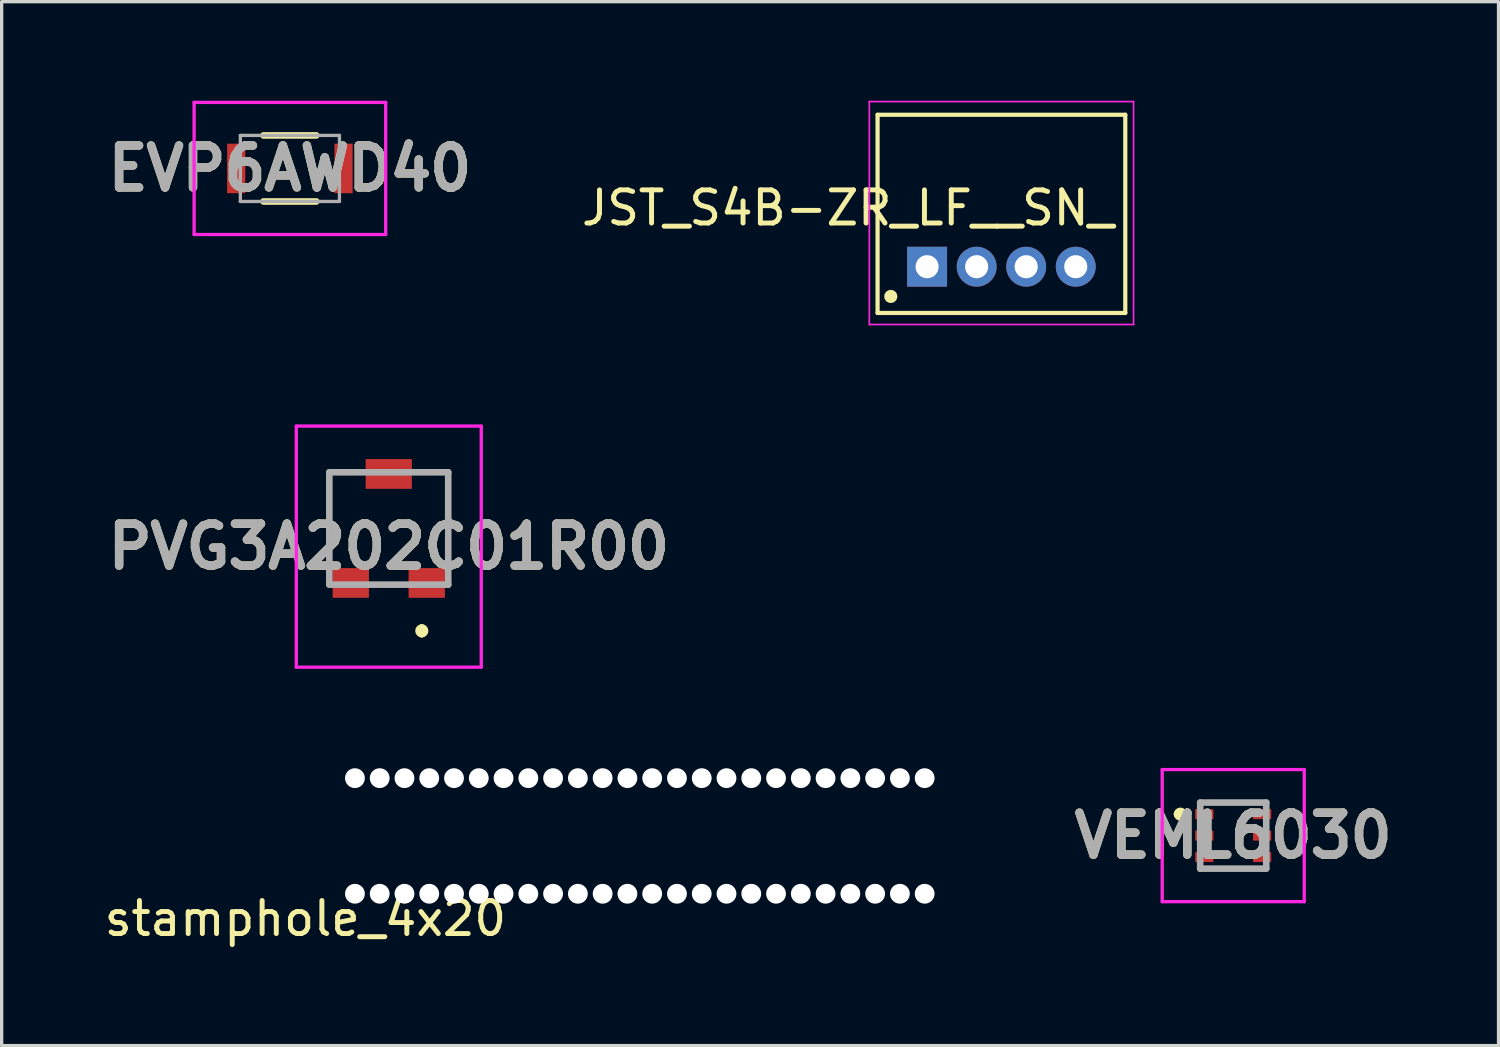
<source format=kicad_pcb>
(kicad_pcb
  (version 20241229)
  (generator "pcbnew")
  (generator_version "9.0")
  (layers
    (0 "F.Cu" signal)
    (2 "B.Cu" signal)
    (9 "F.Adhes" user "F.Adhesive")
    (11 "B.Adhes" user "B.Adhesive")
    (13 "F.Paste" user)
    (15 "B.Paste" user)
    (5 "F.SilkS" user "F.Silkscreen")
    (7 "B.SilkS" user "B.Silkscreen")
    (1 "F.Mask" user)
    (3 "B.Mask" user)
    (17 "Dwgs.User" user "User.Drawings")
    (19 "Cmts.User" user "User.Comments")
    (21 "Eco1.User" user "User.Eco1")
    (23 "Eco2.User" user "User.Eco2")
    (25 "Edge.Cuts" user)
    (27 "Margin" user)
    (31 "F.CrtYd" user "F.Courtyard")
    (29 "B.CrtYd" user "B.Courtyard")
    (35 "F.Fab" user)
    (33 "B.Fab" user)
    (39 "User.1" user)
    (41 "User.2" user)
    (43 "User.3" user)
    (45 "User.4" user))
  (footprint "EVP6AWD40"
    (layer "F.Cu")
    (at 5.727 2.05)
    (property "Reference" "EVP6AWD40" (at 0 0 0) (layer "F.SilkS") (effects (font (size 1.27 1.27) (thickness 0.254))))
    (attr smd)
    (fp_line (start -2.5 0) (end -2.5 0) (stroke (width 0.1) (type solid)) (layer "F.SilkS"))
    (fp_line (start -2.4 0) (end -2.4 0) (stroke (width 0.1) (type solid)) (layer "F.SilkS"))
    (fp_line (start -0.8 -1) (end 0.8 -1) (stroke (width 0.2) (type solid)) (layer "F.SilkS"))
    (fp_line (start -0.8 1) (end 0.8 1) (stroke (width 0.2) (type solid)) (layer "F.SilkS"))
    (fp_arc (start -2.5 0) (mid -2.45 -0.05) (end -2.4 0) (stroke (width 0.1) (type solid)) (layer "F.SilkS"))
    (fp_arc (start -2.4 0) (mid -2.45 0.05) (end -2.5 0) (stroke (width 0.1) (type solid)) (layer "F.SilkS"))
    (fp_line (start -2.9 -2) (end 2.9 -2) (stroke (width 0.1) (type solid)) (layer "F.CrtYd"))
    (fp_line (start -2.9 2) (end -2.9 -2) (stroke (width 0.1) (type solid)) (layer "F.CrtYd"))
    (fp_line (start 2.9 -2) (end 2.9 2) (stroke (width 0.1) (type solid)) (layer "F.CrtYd"))
    (fp_line (start 2.9 2) (end -2.9 2) (stroke (width 0.1) (type solid)) (layer "F.CrtYd"))
    (fp_line (start -1.5 -1) (end -1.5 1) (stroke (width 0.1) (type solid)) (layer "F.Fab"))
    (fp_line (start -1.5 1) (end 1.5 1) (stroke (width 0.1) (type solid)) (layer "F.Fab"))
    (fp_line (start 1.5 -1) (end -1.5 -1) (stroke (width 0.1) (type solid)) (layer "F.Fab"))
    (fp_line (start 1.5 1) (end 1.5 -1) (stroke (width 0.1) (type solid)) (layer "F.Fab"))
    (fp_text user "${REFERENCE}" (at 0 0 0) (layer "F.Fab") (effects (font (size 1.27 1.27) (thickness 0.254))))
    (pad "1" smd rect (at -1.625 0) (size 0.55 1.5) (layers "F.Cu" "F.Mask" "F.Paste"))
    (pad "2" smd rect (at 1.625 0) (size 0.55 1.5) (layers "F.Cu" "F.Mask" "F.Paste")))
  (footprint "PVG3A202C01R00"
    (layer "F.Cu")
    (at 8.721 12.95)
    (property "Reference" "PVG3A202C01R00" (at 0 0.55 0) (layer "F.SilkS") (effects (font (size 1.27 1.27) (thickness 0.254))))
    (attr smd)
    (fp_line (start -1.8 -1.7) (end -1.8 1) (stroke (width 0.1) (type solid)) (layer "F.SilkS"))
    (fp_line (start 1 3) (end 1 3) (stroke (width 0.2) (type solid)) (layer "F.SilkS"))
    (fp_line (start 1 3.2) (end 1 3.2) (stroke (width 0.2) (type solid)) (layer "F.SilkS"))
    (fp_line (start 1.8 -1.65) (end 1.8 1) (stroke (width 0.1) (type solid)) (layer "F.SilkS"))
    (fp_arc (start 1 3) (mid 1.1 3.1) (end 1 3.2) (stroke (width 0.2) (type solid)) (layer "F.SilkS"))
    (fp_arc (start 1 3.2) (mid 0.9 3.1) (end 1 3) (stroke (width 0.2) (type solid)) (layer "F.SilkS"))
    (fp_line (start -2.8 -3.1) (end 2.8 -3.1) (stroke (width 0.1) (type solid)) (layer "F.CrtYd"))
    (fp_line (start -2.8 4.2) (end -2.8 -3.1) (stroke (width 0.1) (type solid)) (layer "F.CrtYd"))
    (fp_line (start 2.8 -3.1) (end 2.8 4.2) (stroke (width 0.1) (type solid)) (layer "F.CrtYd"))
    (fp_line (start 2.8 4.2) (end -2.8 4.2) (stroke (width 0.1) (type solid)) (layer "F.CrtYd"))
    (fp_line (start -1.8 -1.7) (end 1.8 -1.7) (stroke (width 0.2) (type solid)) (layer "F.Fab"))
    (fp_line (start -1.8 1.7) (end -1.8 -1.7) (stroke (width 0.2) (type solid)) (layer "F.Fab"))
    (fp_line (start 1.8 -1.7) (end 1.8 1.7) (stroke (width 0.2) (type solid)) (layer "F.Fab"))
    (fp_line (start 1.8 1.7) (end -1.8 1.7) (stroke (width 0.2) (type solid)) (layer "F.Fab"))
    (fp_text user "${REFERENCE}" (at 0 0.55 0) (layer "F.Fab") (effects (font (size 1.27 1.27) (thickness 0.254))))
    (pad "1" smd rect (at 1.15 1.65 90) (size 0.9 1.1) (layers "F.Cu" "F.Mask" "F.Paste"))
    (pad "2" smd rect (at 0 -1.65 90) (size 0.9 1.4) (layers "F.Cu" "F.Mask" "F.Paste"))
    (pad "3" smd rect (at -1.15 1.65 90) (size 0.9 1.1) (layers "F.Cu" "F.Mask" "F.Paste")))
  (footprint "VEML6030"
    (layer "F.Cu")
    (at 34.288 22.25)
    (property "Reference" "VEML6030" (at 0 0 0) (layer "F.SilkS") (effects (font (size 1.27 1.27) (thickness 0.254))))
    (attr smd)
    (fp_line (start -1.7 -0.65) (end -1.7 -0.65) (stroke (width 0.2) (type solid)) (layer "F.SilkS"))
    (fp_line (start -1.5 -0.65) (end -1.5 -0.65) (stroke (width 0.2) (type solid)) (layer "F.SilkS"))
    (fp_line (start -1 -1) (end 1 -1) (stroke (width 0.1) (type solid)) (layer "F.SilkS"))
    (fp_line (start -1 1) (end 1 1) (stroke (width 0.1) (type solid)) (layer "F.SilkS"))
    (fp_arc (start -1.7 -0.65) (mid -1.6 -0.75) (end -1.5 -0.65) (stroke (width 0.2) (type solid)) (layer "F.SilkS"))
    (fp_arc (start -1.5 -0.65) (mid -1.6 -0.55) (end -1.7 -0.65) (stroke (width 0.2) (type solid)) (layer "F.SilkS"))
    (fp_line (start -2.15 -2) (end 2.15 -2) (stroke (width 0.1) (type solid)) (layer "F.CrtYd"))
    (fp_line (start -2.15 2) (end -2.15 -2) (stroke (width 0.1) (type solid)) (layer "F.CrtYd"))
    (fp_line (start 2.15 -2) (end 2.15 2) (stroke (width 0.1) (type solid)) (layer "F.CrtYd"))
    (fp_line (start 2.15 2) (end -2.15 2) (stroke (width 0.1) (type solid)) (layer "F.CrtYd"))
    (fp_line (start -1 -1) (end 1 -1) (stroke (width 0.2) (type solid)) (layer "F.Fab"))
    (fp_line (start -1 1) (end -1 -1) (stroke (width 0.2) (type solid)) (layer "F.Fab"))
    (fp_line (start 1 -1) (end 1 1) (stroke (width 0.2) (type solid)) (layer "F.Fab"))
    (fp_line (start 1 1) (end -1 1) (stroke (width 0.2) (type solid)) (layer "F.Fab"))
    (fp_text user "${REFERENCE}" (at 0 0 0) (layer "F.Fab") (effects (font (size 1.27 1.27) (thickness 0.254))))
    (pad "1" smd rect (at -0.875 -0.65 90) (size 0.3 0.55) (layers "F.Cu" "F.Mask" "F.Paste"))
    (pad "2" smd rect (at -0.875 0 90) (size 0.3 0.55) (layers "F.Cu" "F.Mask" "F.Paste"))
    (pad "3" smd rect (at -0.875 0.65 90) (size 0.3 0.55) (layers "F.Cu" "F.Mask" "F.Paste"))
    (pad "4" smd rect (at 0.875 0.65 90) (size 0.3 0.55) (layers "F.Cu" "F.Mask" "F.Paste"))
    (pad "5" smd rect (at 0.875 0 90) (size 0.3 0.55) (layers "F.Cu" "F.Mask" "F.Paste"))
    (pad "6" smd rect (at 0.875 -0.65 90) (size 0.3 0.55) (layers "F.Cu" "F.Mask" "F.Paste")))
  (footprint "JST_S4B-ZR_LF__SN_"
    (layer "F.Cu")
    (at 27.27 5.025)
    (property "Reference" "JST_S4B-ZR_LF__SN_" (at -4.647 -1.779 180) (layer "F.SilkS") (effects (font (size 1.003 1.003) (thickness 0.15))))
    (attr through_hole)
    (fp_line (start -3.75 -4.6) (end 3.75 -4.6) (stroke (width 0.127) (type solid)) (layer "F.SilkS"))
    (fp_line (start -3.75 1.4) (end -3.75 -4.6) (stroke (width 0.127) (type solid)) (layer "F.SilkS"))
    (fp_line (start 3.75 -4.6) (end 3.75 1.4) (stroke (width 0.127) (type solid)) (layer "F.SilkS"))
    (fp_line (start 3.75 1.4) (end -3.75 1.4) (stroke (width 0.127) (type solid)) (layer "F.SilkS"))
    (fp_circle (center -3.35 0.9) (end -3.25 0.9) (stroke (width 0.2) (type solid)) (fill no) (layer "F.SilkS"))
    (fp_line (start -4 -5) (end -4 1.75) (stroke (width 0.05) (type solid)) (layer "F.CrtYd"))
    (fp_line (start -4 1.75) (end 4 1.75) (stroke (width 0.05) (type solid)) (layer "F.CrtYd"))
    (fp_line (start 4 -5) (end -4 -5) (stroke (width 0.05) (type solid)) (layer "F.CrtYd"))
    (fp_line (start 4 1.75) (end 4 -5) (stroke (width 0.05) (type solid)) (layer "F.CrtYd"))
    (pad "1" thru_hole rect (at -2.25 0) (size 1.208 1.208) (drill 0.7) (layers "*.Cu" "*.Mask"))
    (pad "2" thru_hole circle (at -0.75 0) (size 1.208 1.208) (drill 0.7) (layers "*.Cu" "*.Mask"))
    (pad "3" thru_hole circle (at 0.75 0) (size 1.208 1.208) (drill 0.7) (layers "*.Cu" "*.Mask"))
    (pad "4" thru_hole circle (at 2.25 0) (size 1.208 1.208) (drill 0.7) (layers "*.Cu" "*.Mask")))
  (footprint "stamphole_4x20"
    (layer "F.Cu")
    (at 6.196 24.26)
    (property "Reference" "stamphole_4x20" (at 0 0.5 0) (layer "F.SilkS") (effects (font (size 1 1) (thickness 0.15))))
    (attr through_hole)
    (fp_line (start 0 -4) (end 20 -4) (stroke (width 0.12) (type solid)) (layer "Eco1.User"))
    (fp_line (start 0 0) (end 17 0) (stroke (width 0.12) (type solid)) (layer "Eco1.User"))
    (fp_line (start 17 0) (end 20 0) (stroke (width 0.12) (type solid)) (layer "Eco1.User"))
    (fp_arc (start 0 -4) (mid 2 -2) (end 0 0) (stroke (width 0.12) (type solid)) (layer "Eco1.User"))
    (fp_arc (start 20 0) (mid 18 -2) (end 20 -4) (stroke (width 0.12) (type solid)) (layer "Eco1.User"))
    (pad "" np_thru_hole circle (at 1.5 -3.75) (size 0.6 0.6) (drill 0.6) (layers "*.Cu" "*.Mask"))
    (pad "" np_thru_hole circle (at 1.5 -0.25) (size 0.6 0.6) (drill 0.6) (layers "*.Cu" "*.Mask"))
    (pad "" np_thru_hole circle (at 2.25 -3.75) (size 0.6 0.6) (drill 0.6) (layers "*.Cu" "*.Mask"))
    (pad "" np_thru_hole circle (at 2.25 -0.25) (size 0.6 0.6) (drill 0.6) (layers "*.Cu" "*.Mask"))
    (pad "" np_thru_hole circle (at 3 -3.75) (size 0.6 0.6) (drill 0.6) (layers "*.Cu" "*.Mask"))
    (pad "" np_thru_hole circle (at 3 -0.25) (size 0.6 0.6) (drill 0.6) (layers "*.Cu" "*.Mask"))
    (pad "" np_thru_hole circle (at 3.75 -3.75) (size 0.6 0.6) (drill 0.6) (layers "*.Cu" "*.Mask"))
    (pad "" np_thru_hole circle (at 3.75 -0.25) (size 0.6 0.6) (drill 0.6) (layers "*.Cu" "*.Mask"))
    (pad "" np_thru_hole circle (at 4.5 -3.75) (size 0.6 0.6) (drill 0.6) (layers "*.Cu" "*.Mask"))
    (pad "" np_thru_hole circle (at 4.5 -0.25) (size 0.6 0.6) (drill 0.6) (layers "*.Cu" "*.Mask"))
    (pad "" np_thru_hole circle (at 5.25 -3.75) (size 0.6 0.6) (drill 0.6) (layers "*.Cu" "*.Mask"))
    (pad "" np_thru_hole circle (at 5.25 -0.25) (size 0.6 0.6) (drill 0.6) (layers "*.Cu" "*.Mask"))
    (pad "" np_thru_hole circle (at 6 -3.75) (size 0.6 0.6) (drill 0.6) (layers "*.Cu" "*.Mask"))
    (pad "" np_thru_hole circle (at 6 -0.25) (size 0.6 0.6) (drill 0.6) (layers "*.Cu" "*.Mask"))
    (pad "" np_thru_hole circle (at 6.75 -3.75) (size 0.6 0.6) (drill 0.6) (layers "*.Cu" "*.Mask"))
    (pad "" np_thru_hole circle (at 6.75 -0.25) (size 0.6 0.6) (drill 0.6) (layers "*.Cu" "*.Mask"))
    (pad "" np_thru_hole circle (at 7.5 -3.75) (size 0.6 0.6) (drill 0.6) (layers "*.Cu" "*.Mask"))
    (pad "" np_thru_hole circle (at 7.5 -0.25) (size 0.6 0.6) (drill 0.6) (layers "*.Cu" "*.Mask"))
    (pad "" np_thru_hole circle (at 8.25 -3.75) (size 0.6 0.6) (drill 0.6) (layers "*.Cu" "*.Mask"))
    (pad "" np_thru_hole circle (at 8.25 -0.25) (size 0.6 0.6) (drill 0.6) (layers "*.Cu" "*.Mask"))
    (pad "" np_thru_hole circle (at 9 -3.75) (size 0.6 0.6) (drill 0.6) (layers "*.Cu" "*.Mask"))
    (pad "" np_thru_hole circle (at 9 -0.25) (size 0.6 0.6) (drill 0.6) (layers "*.Cu" "*.Mask"))
    (pad "" np_thru_hole circle (at 9.75 -3.75) (size 0.6 0.6) (drill 0.6) (layers "*.Cu" "*.Mask"))
    (pad "" np_thru_hole circle (at 9.75 -0.25) (size 0.6 0.6) (drill 0.6) (layers "*.Cu" "*.Mask"))
    (pad "" np_thru_hole circle (at 10.5 -3.75) (size 0.6 0.6) (drill 0.6) (layers "*.Cu" "*.Mask"))
    (pad "" np_thru_hole circle (at 10.5 -0.25) (size 0.6 0.6) (drill 0.6) (layers "*.Cu" "*.Mask"))
    (pad "" np_thru_hole circle (at 11.25 -3.75) (size 0.6 0.6) (drill 0.6) (layers "*.Cu" "*.Mask"))
    (pad "" np_thru_hole circle (at 11.25 -0.25) (size 0.6 0.6) (drill 0.6) (layers "*.Cu" "*.Mask"))
    (pad "" np_thru_hole circle (at 12 -3.75) (size 0.6 0.6) (drill 0.6) (layers "*.Cu" "*.Mask"))
    (pad "" np_thru_hole circle (at 12 -0.25) (size 0.6 0.6) (drill 0.6) (layers "*.Cu" "*.Mask"))
    (pad "" np_thru_hole circle (at 12.75 -3.75) (size 0.6 0.6) (drill 0.6) (layers "*.Cu" "*.Mask"))
    (pad "" np_thru_hole circle (at 12.75 -0.25) (size 0.6 0.6) (drill 0.6) (layers "*.Cu" "*.Mask"))
    (pad "" np_thru_hole circle (at 13.5 -3.75) (size 0.6 0.6) (drill 0.6) (layers "*.Cu" "*.Mask"))
    (pad "" np_thru_hole circle (at 13.5 -0.25) (size 0.6 0.6) (drill 0.6) (layers "*.Cu" "*.Mask"))
    (pad "" np_thru_hole circle (at 14.25 -3.75) (size 0.6 0.6) (drill 0.6) (layers "*.Cu" "*.Mask"))
    (pad "" np_thru_hole circle (at 14.25 -0.25) (size 0.6 0.6) (drill 0.6) (layers "*.Cu" "*.Mask"))
    (pad "" np_thru_hole circle (at 15 -3.75) (size 0.6 0.6) (drill 0.6) (layers "*.Cu" "*.Mask"))
    (pad "" np_thru_hole circle (at 15 -0.25) (size 0.6 0.6) (drill 0.6) (layers "*.Cu" "*.Mask"))
    (pad "" np_thru_hole circle (at 15.75 -3.75) (size 0.6 0.6) (drill 0.6) (layers "*.Cu" "*.Mask"))
    (pad "" np_thru_hole circle (at 15.75 -0.25) (size 0.6 0.6) (drill 0.6) (layers "*.Cu" "*.Mask"))
    (pad "" np_thru_hole circle (at 16.5 -3.75) (size 0.6 0.6) (drill 0.6) (layers "*.Cu" "*.Mask"))
    (pad "" np_thru_hole circle (at 16.5 -0.25) (size 0.6 0.6) (drill 0.6) (layers "*.Cu" "*.Mask"))
    (pad "" np_thru_hole circle (at 17.25 -3.75) (size 0.6 0.6) (drill 0.6) (layers "*.Cu" "*.Mask"))
    (pad "" np_thru_hole circle (at 17.25 -0.25) (size 0.6 0.6) (drill 0.6) (layers "*.Cu" "*.Mask"))
    (pad "" np_thru_hole circle (at 18 -3.75) (size 0.6 0.6) (drill 0.6) (layers "*.Cu" "*.Mask"))
    (pad "" np_thru_hole circle (at 18 -0.25) (size 0.6 0.6) (drill 0.6) (layers "*.Cu" "*.Mask"))
    (pad "" np_thru_hole circle (at 18.75 -3.75) (size 0.6 0.6) (drill 0.6) (layers "*.Cu" "*.Mask"))
    (pad "" np_thru_hole circle (at 18.75 -0.25) (size 0.6 0.6) (drill 0.6) (layers "*.Cu" "*.Mask")))
  (gr_rect
    (start -3 -3)
    (end 42.32 28.608)
    (stroke (width 0.1) (type default))
    (fill no)
    (layer "Edge.Cuts")))
</source>
